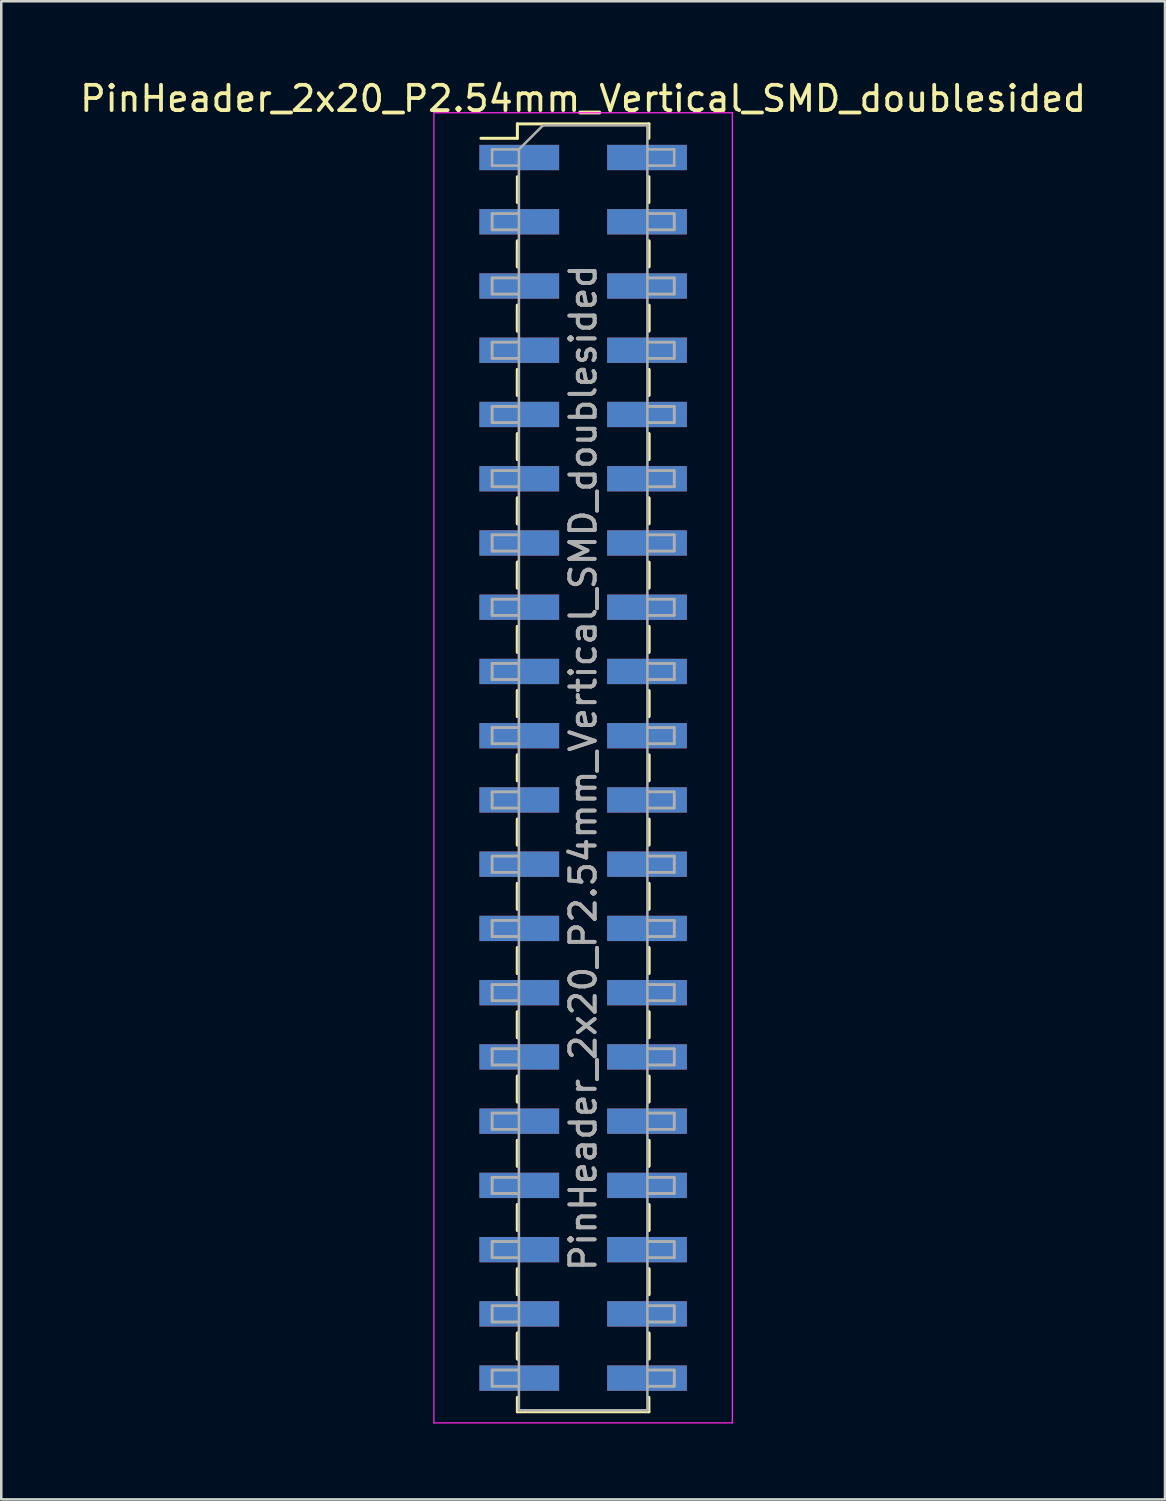
<source format=kicad_pcb>
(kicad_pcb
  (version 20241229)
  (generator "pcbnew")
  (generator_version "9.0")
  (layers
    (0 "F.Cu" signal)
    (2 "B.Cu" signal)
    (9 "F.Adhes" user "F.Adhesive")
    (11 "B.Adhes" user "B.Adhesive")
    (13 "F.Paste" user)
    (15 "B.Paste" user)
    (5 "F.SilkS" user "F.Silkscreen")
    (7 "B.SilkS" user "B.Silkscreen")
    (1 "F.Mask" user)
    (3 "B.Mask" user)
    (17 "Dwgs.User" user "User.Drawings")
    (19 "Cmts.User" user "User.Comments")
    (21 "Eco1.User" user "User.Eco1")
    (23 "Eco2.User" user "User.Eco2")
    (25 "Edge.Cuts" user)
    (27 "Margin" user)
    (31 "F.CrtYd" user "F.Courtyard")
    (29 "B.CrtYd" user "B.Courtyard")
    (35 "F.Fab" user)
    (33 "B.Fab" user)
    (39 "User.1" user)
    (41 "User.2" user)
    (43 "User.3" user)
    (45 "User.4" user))
  (footprint "PinHeader_2x20_P2.54mm_Vertical_SMD_doublesided"
    (layer "F.Cu")
    (at 20.006 27.308)
    (property "Reference" "PinHeader_2x20_P2.54mm_Vertical_SMD_doublesided" (at 0 -26.46 0) (layer "F.SilkS") (effects (font (size 1 1) (thickness 0.15))))
    (attr smd)
    (fp_line (start -4.04 -24.89) (end -2.6 -24.89) (stroke (width 0.12) (type solid)) (layer "F.SilkS"))
    (fp_line (start -2.6 -25.46) (end -2.6 -24.89) (stroke (width 0.12) (type solid)) (layer "F.SilkS"))
    (fp_line (start -2.6 -25.46) (end 2.6 -25.46) (stroke (width 0.12) (type solid)) (layer "F.SilkS"))
    (fp_line (start -2.6 -23.37) (end -2.6 -22.35) (stroke (width 0.12) (type solid)) (layer "F.SilkS"))
    (fp_line (start -2.6 -20.83) (end -2.6 -19.81) (stroke (width 0.12) (type solid)) (layer "F.SilkS"))
    (fp_line (start -2.6 -20.83) (end -2.6 -19.81) (stroke (width 0.12) (type solid)) (layer "F.SilkS"))
    (fp_line (start -2.6 -18.29) (end -2.6 -17.27) (stroke (width 0.12) (type solid)) (layer "F.SilkS"))
    (fp_line (start -2.6 -18.29) (end -2.6 -17.27) (stroke (width 0.12) (type solid)) (layer "F.SilkS"))
    (fp_line (start -2.6 -15.75) (end -2.6 -14.73) (stroke (width 0.12) (type solid)) (layer "F.SilkS"))
    (fp_line (start -2.6 -15.75) (end -2.6 -14.73) (stroke (width 0.12) (type solid)) (layer "F.SilkS"))
    (fp_line (start -2.6 -13.21) (end -2.6 -12.19) (stroke (width 0.12) (type solid)) (layer "F.SilkS"))
    (fp_line (start -2.6 -13.21) (end -2.6 -12.19) (stroke (width 0.12) (type solid)) (layer "F.SilkS"))
    (fp_line (start -2.6 -10.67) (end -2.6 -9.65) (stroke (width 0.12) (type solid)) (layer "F.SilkS"))
    (fp_line (start -2.6 -10.67) (end -2.6 -9.65) (stroke (width 0.12) (type solid)) (layer "F.SilkS"))
    (fp_line (start -2.6 -8.13) (end -2.6 -7.11) (stroke (width 0.12) (type solid)) (layer "F.SilkS"))
    (fp_line (start -2.6 -8.13) (end -2.6 -7.11) (stroke (width 0.12) (type solid)) (layer "F.SilkS"))
    (fp_line (start -2.6 -5.59) (end -2.6 -4.57) (stroke (width 0.12) (type solid)) (layer "F.SilkS"))
    (fp_line (start -2.6 -5.59) (end -2.6 -4.57) (stroke (width 0.12) (type solid)) (layer "F.SilkS"))
    (fp_line (start -2.6 -3.05) (end -2.6 -2.03) (stroke (width 0.12) (type solid)) (layer "F.SilkS"))
    (fp_line (start -2.6 -3.05) (end -2.6 -2.03) (stroke (width 0.12) (type solid)) (layer "F.SilkS"))
    (fp_line (start -2.6 -0.51) (end -2.6 0.51) (stroke (width 0.12) (type solid)) (layer "F.SilkS"))
    (fp_line (start -2.6 -0.51) (end -2.6 0.51) (stroke (width 0.12) (type solid)) (layer "F.SilkS"))
    (fp_line (start -2.6 2.03) (end -2.6 3.05) (stroke (width 0.12) (type solid)) (layer "F.SilkS"))
    (fp_line (start -2.6 2.03) (end -2.6 3.05) (stroke (width 0.12) (type solid)) (layer "F.SilkS"))
    (fp_line (start -2.6 4.57) (end -2.6 5.59) (stroke (width 0.12) (type solid)) (layer "F.SilkS"))
    (fp_line (start -2.6 4.57) (end -2.6 5.59) (stroke (width 0.12) (type solid)) (layer "F.SilkS"))
    (fp_line (start -2.6 7.11) (end -2.6 8.13) (stroke (width 0.12) (type solid)) (layer "F.SilkS"))
    (fp_line (start -2.6 7.11) (end -2.6 8.13) (stroke (width 0.12) (type solid)) (layer "F.SilkS"))
    (fp_line (start -2.6 9.65) (end -2.6 10.67) (stroke (width 0.12) (type solid)) (layer "F.SilkS"))
    (fp_line (start -2.6 9.65) (end -2.6 10.67) (stroke (width 0.12) (type solid)) (layer "F.SilkS"))
    (fp_line (start -2.6 12.19) (end -2.6 13.21) (stroke (width 0.12) (type solid)) (layer "F.SilkS"))
    (fp_line (start -2.6 12.19) (end -2.6 13.21) (stroke (width 0.12) (type solid)) (layer "F.SilkS"))
    (fp_line (start -2.6 14.73) (end -2.6 15.75) (stroke (width 0.12) (type solid)) (layer "F.SilkS"))
    (fp_line (start -2.6 14.73) (end -2.6 15.75) (stroke (width 0.12) (type solid)) (layer "F.SilkS"))
    (fp_line (start -2.6 17.27) (end -2.6 18.29) (stroke (width 0.12) (type solid)) (layer "F.SilkS"))
    (fp_line (start -2.6 17.27) (end -2.6 18.29) (stroke (width 0.12) (type solid)) (layer "F.SilkS"))
    (fp_line (start -2.6 19.81) (end -2.6 20.83) (stroke (width 0.12) (type solid)) (layer "F.SilkS"))
    (fp_line (start -2.6 19.81) (end -2.6 20.83) (stroke (width 0.12) (type solid)) (layer "F.SilkS"))
    (fp_line (start -2.6 22.35) (end -2.6 23.37) (stroke (width 0.12) (type solid)) (layer "F.SilkS"))
    (fp_line (start -2.6 22.35) (end -2.6 23.37) (stroke (width 0.12) (type solid)) (layer "F.SilkS"))
    (fp_line (start -2.6 24.89) (end -2.6 25.46) (stroke (width 0.12) (type solid)) (layer "F.SilkS"))
    (fp_line (start -2.6 25.46) (end 2.6 25.46) (stroke (width 0.12) (type solid)) (layer "F.SilkS"))
    (fp_line (start 2.6 -25.46) (end 2.6 -24.89) (stroke (width 0.12) (type solid)) (layer "F.SilkS"))
    (fp_line (start 2.6 -23.37) (end 2.6 -22.35) (stroke (width 0.12) (type solid)) (layer "F.SilkS"))
    (fp_line (start 2.6 -20.83) (end 2.6 -19.81) (stroke (width 0.12) (type solid)) (layer "F.SilkS"))
    (fp_line (start 2.6 -20.83) (end 2.6 -19.81) (stroke (width 0.12) (type solid)) (layer "F.SilkS"))
    (fp_line (start 2.6 -18.29) (end 2.6 -17.27) (stroke (width 0.12) (type solid)) (layer "F.SilkS"))
    (fp_line (start 2.6 -18.29) (end 2.6 -17.27) (stroke (width 0.12) (type solid)) (layer "F.SilkS"))
    (fp_line (start 2.6 -15.75) (end 2.6 -14.73) (stroke (width 0.12) (type solid)) (layer "F.SilkS"))
    (fp_line (start 2.6 -15.75) (end 2.6 -14.73) (stroke (width 0.12) (type solid)) (layer "F.SilkS"))
    (fp_line (start 2.6 -13.21) (end 2.6 -12.19) (stroke (width 0.12) (type solid)) (layer "F.SilkS"))
    (fp_line (start 2.6 -13.21) (end 2.6 -12.19) (stroke (width 0.12) (type solid)) (layer "F.SilkS"))
    (fp_line (start 2.6 -10.67) (end 2.6 -9.65) (stroke (width 0.12) (type solid)) (layer "F.SilkS"))
    (fp_line (start 2.6 -10.67) (end 2.6 -9.65) (stroke (width 0.12) (type solid)) (layer "F.SilkS"))
    (fp_line (start 2.6 -8.13) (end 2.6 -7.11) (stroke (width 0.12) (type solid)) (layer "F.SilkS"))
    (fp_line (start 2.6 -8.13) (end 2.6 -7.11) (stroke (width 0.12) (type solid)) (layer "F.SilkS"))
    (fp_line (start 2.6 -5.59) (end 2.6 -4.57) (stroke (width 0.12) (type solid)) (layer "F.SilkS"))
    (fp_line (start 2.6 -5.59) (end 2.6 -4.57) (stroke (width 0.12) (type solid)) (layer "F.SilkS"))
    (fp_line (start 2.6 -3.05) (end 2.6 -2.03) (stroke (width 0.12) (type solid)) (layer "F.SilkS"))
    (fp_line (start 2.6 -3.05) (end 2.6 -2.03) (stroke (width 0.12) (type solid)) (layer "F.SilkS"))
    (fp_line (start 2.6 -0.51) (end 2.6 0.51) (stroke (width 0.12) (type solid)) (layer "F.SilkS"))
    (fp_line (start 2.6 -0.51) (end 2.6 0.51) (stroke (width 0.12) (type solid)) (layer "F.SilkS"))
    (fp_line (start 2.6 2.03) (end 2.6 3.05) (stroke (width 0.12) (type solid)) (layer "F.SilkS"))
    (fp_line (start 2.6 2.03) (end 2.6 3.05) (stroke (width 0.12) (type solid)) (layer "F.SilkS"))
    (fp_line (start 2.6 4.57) (end 2.6 5.59) (stroke (width 0.12) (type solid)) (layer "F.SilkS"))
    (fp_line (start 2.6 4.57) (end 2.6 5.59) (stroke (width 0.12) (type solid)) (layer "F.SilkS"))
    (fp_line (start 2.6 7.11) (end 2.6 8.13) (stroke (width 0.12) (type solid)) (layer "F.SilkS"))
    (fp_line (start 2.6 7.11) (end 2.6 8.13) (stroke (width 0.12) (type solid)) (layer "F.SilkS"))
    (fp_line (start 2.6 9.65) (end 2.6 10.67) (stroke (width 0.12) (type solid)) (layer "F.SilkS"))
    (fp_line (start 2.6 9.65) (end 2.6 10.67) (stroke (width 0.12) (type solid)) (layer "F.SilkS"))
    (fp_line (start 2.6 12.19) (end 2.6 13.21) (stroke (width 0.12) (type solid)) (layer "F.SilkS"))
    (fp_line (start 2.6 12.19) (end 2.6 13.21) (stroke (width 0.12) (type solid)) (layer "F.SilkS"))
    (fp_line (start 2.6 14.73) (end 2.6 15.75) (stroke (width 0.12) (type solid)) (layer "F.SilkS"))
    (fp_line (start 2.6 14.73) (end 2.6 15.75) (stroke (width 0.12) (type solid)) (layer "F.SilkS"))
    (fp_line (start 2.6 17.27) (end 2.6 18.29) (stroke (width 0.12) (type solid)) (layer "F.SilkS"))
    (fp_line (start 2.6 17.27) (end 2.6 18.29) (stroke (width 0.12) (type solid)) (layer "F.SilkS"))
    (fp_line (start 2.6 19.81) (end 2.6 20.83) (stroke (width 0.12) (type solid)) (layer "F.SilkS"))
    (fp_line (start 2.6 19.81) (end 2.6 20.83) (stroke (width 0.12) (type solid)) (layer "F.SilkS"))
    (fp_line (start 2.6 22.35) (end 2.6 23.37) (stroke (width 0.12) (type solid)) (layer "F.SilkS"))
    (fp_line (start 2.6 22.35) (end 2.6 23.37) (stroke (width 0.12) (type solid)) (layer "F.SilkS"))
    (fp_line (start 2.6 24.89) (end 2.6 25.46) (stroke (width 0.12) (type solid)) (layer "F.SilkS"))
    (fp_line (start -5.9 -25.9) (end -5.9 25.9) (stroke (width 0.05) (type solid)) (layer "F.CrtYd"))
    (fp_line (start -5.9 25.9) (end 5.9 25.9) (stroke (width 0.05) (type solid)) (layer "F.CrtYd"))
    (fp_line (start 5.9 -25.9) (end -5.9 -25.9) (stroke (width 0.05) (type solid)) (layer "F.CrtYd"))
    (fp_line (start 5.9 25.9) (end 5.9 -25.9) (stroke (width 0.05) (type solid)) (layer "F.CrtYd"))
    (fp_line (start -3.6 -24.45) (end -3.6 -23.81) (stroke (width 0.1) (type solid)) (layer "F.Fab"))
    (fp_line (start -3.6 -23.81) (end -2.54 -23.81) (stroke (width 0.1) (type solid)) (layer "F.Fab"))
    (fp_line (start -3.6 -21.91) (end -3.6 -21.27) (stroke (width 0.1) (type solid)) (layer "F.Fab"))
    (fp_line (start -3.6 -21.91) (end -3.6 -21.27) (stroke (width 0.1) (type solid)) (layer "F.Fab"))
    (fp_line (start -3.6 -21.27) (end -2.54 -21.27) (stroke (width 0.1) (type solid)) (layer "F.Fab"))
    (fp_line (start -3.6 -21.27) (end -2.54 -21.27) (stroke (width 0.1) (type solid)) (layer "F.Fab"))
    (fp_line (start -3.6 -19.37) (end -3.6 -18.73) (stroke (width 0.1) (type solid)) (layer "F.Fab"))
    (fp_line (start -3.6 -19.37) (end -3.6 -18.73) (stroke (width 0.1) (type solid)) (layer "F.Fab"))
    (fp_line (start -3.6 -18.73) (end -2.54 -18.73) (stroke (width 0.1) (type solid)) (layer "F.Fab"))
    (fp_line (start -3.6 -18.73) (end -2.54 -18.73) (stroke (width 0.1) (type solid)) (layer "F.Fab"))
    (fp_line (start -3.6 -16.83) (end -3.6 -16.19) (stroke (width 0.1) (type solid)) (layer "F.Fab"))
    (fp_line (start -3.6 -16.83) (end -3.6 -16.19) (stroke (width 0.1) (type solid)) (layer "F.Fab"))
    (fp_line (start -3.6 -16.19) (end -2.54 -16.19) (stroke (width 0.1) (type solid)) (layer "F.Fab"))
    (fp_line (start -3.6 -16.19) (end -2.54 -16.19) (stroke (width 0.1) (type solid)) (layer "F.Fab"))
    (fp_line (start -3.6 -14.29) (end -3.6 -13.65) (stroke (width 0.1) (type solid)) (layer "F.Fab"))
    (fp_line (start -3.6 -14.29) (end -3.6 -13.65) (stroke (width 0.1) (type solid)) (layer "F.Fab"))
    (fp_line (start -3.6 -13.65) (end -2.54 -13.65) (stroke (width 0.1) (type solid)) (layer "F.Fab"))
    (fp_line (start -3.6 -13.65) (end -2.54 -13.65) (stroke (width 0.1) (type solid)) (layer "F.Fab"))
    (fp_line (start -3.6 -11.75) (end -3.6 -11.11) (stroke (width 0.1) (type solid)) (layer "F.Fab"))
    (fp_line (start -3.6 -11.75) (end -3.6 -11.11) (stroke (width 0.1) (type solid)) (layer "F.Fab"))
    (fp_line (start -3.6 -11.11) (end -2.54 -11.11) (stroke (width 0.1) (type solid)) (layer "F.Fab"))
    (fp_line (start -3.6 -11.11) (end -2.54 -11.11) (stroke (width 0.1) (type solid)) (layer "F.Fab"))
    (fp_line (start -3.6 -9.21) (end -3.6 -8.57) (stroke (width 0.1) (type solid)) (layer "F.Fab"))
    (fp_line (start -3.6 -9.21) (end -3.6 -8.57) (stroke (width 0.1) (type solid)) (layer "F.Fab"))
    (fp_line (start -3.6 -8.57) (end -2.54 -8.57) (stroke (width 0.1) (type solid)) (layer "F.Fab"))
    (fp_line (start -3.6 -8.57) (end -2.54 -8.57) (stroke (width 0.1) (type solid)) (layer "F.Fab"))
    (fp_line (start -3.6 -6.67) (end -3.6 -6.03) (stroke (width 0.1) (type solid)) (layer "F.Fab"))
    (fp_line (start -3.6 -6.67) (end -3.6 -6.03) (stroke (width 0.1) (type solid)) (layer "F.Fab"))
    (fp_line (start -3.6 -6.03) (end -2.54 -6.03) (stroke (width 0.1) (type solid)) (layer "F.Fab"))
    (fp_line (start -3.6 -6.03) (end -2.54 -6.03) (stroke (width 0.1) (type solid)) (layer "F.Fab"))
    (fp_line (start -3.6 -4.13) (end -3.6 -3.49) (stroke (width 0.1) (type solid)) (layer "F.Fab"))
    (fp_line (start -3.6 -4.13) (end -3.6 -3.49) (stroke (width 0.1) (type solid)) (layer "F.Fab"))
    (fp_line (start -3.6 -3.49) (end -2.54 -3.49) (stroke (width 0.1) (type solid)) (layer "F.Fab"))
    (fp_line (start -3.6 -3.49) (end -2.54 -3.49) (stroke (width 0.1) (type solid)) (layer "F.Fab"))
    (fp_line (start -3.6 -1.59) (end -3.6 -0.95) (stroke (width 0.1) (type solid)) (layer "F.Fab"))
    (fp_line (start -3.6 -1.59) (end -3.6 -0.95) (stroke (width 0.1) (type solid)) (layer "F.Fab"))
    (fp_line (start -3.6 -0.95) (end -2.54 -0.95) (stroke (width 0.1) (type solid)) (layer "F.Fab"))
    (fp_line (start -3.6 -0.95) (end -2.54 -0.95) (stroke (width 0.1) (type solid)) (layer "F.Fab"))
    (fp_line (start -3.6 0.95) (end -3.6 1.59) (stroke (width 0.1) (type solid)) (layer "F.Fab"))
    (fp_line (start -3.6 0.95) (end -3.6 1.59) (stroke (width 0.1) (type solid)) (layer "F.Fab"))
    (fp_line (start -3.6 1.59) (end -2.54 1.59) (stroke (width 0.1) (type solid)) (layer "F.Fab"))
    (fp_line (start -3.6 1.59) (end -2.54 1.59) (stroke (width 0.1) (type solid)) (layer "F.Fab"))
    (fp_line (start -3.6 3.49) (end -3.6 4.13) (stroke (width 0.1) (type solid)) (layer "F.Fab"))
    (fp_line (start -3.6 3.49) (end -3.6 4.13) (stroke (width 0.1) (type solid)) (layer "F.Fab"))
    (fp_line (start -3.6 4.13) (end -2.54 4.13) (stroke (width 0.1) (type solid)) (layer "F.Fab"))
    (fp_line (start -3.6 4.13) (end -2.54 4.13) (stroke (width 0.1) (type solid)) (layer "F.Fab"))
    (fp_line (start -3.6 6.03) (end -3.6 6.67) (stroke (width 0.1) (type solid)) (layer "F.Fab"))
    (fp_line (start -3.6 6.03) (end -3.6 6.67) (stroke (width 0.1) (type solid)) (layer "F.Fab"))
    (fp_line (start -3.6 6.67) (end -2.54 6.67) (stroke (width 0.1) (type solid)) (layer "F.Fab"))
    (fp_line (start -3.6 6.67) (end -2.54 6.67) (stroke (width 0.1) (type solid)) (layer "F.Fab"))
    (fp_line (start -3.6 8.57) (end -3.6 9.21) (stroke (width 0.1) (type solid)) (layer "F.Fab"))
    (fp_line (start -3.6 8.57) (end -3.6 9.21) (stroke (width 0.1) (type solid)) (layer "F.Fab"))
    (fp_line (start -3.6 9.21) (end -2.54 9.21) (stroke (width 0.1) (type solid)) (layer "F.Fab"))
    (fp_line (start -3.6 9.21) (end -2.54 9.21) (stroke (width 0.1) (type solid)) (layer "F.Fab"))
    (fp_line (start -3.6 11.11) (end -3.6 11.75) (stroke (width 0.1) (type solid)) (layer "F.Fab"))
    (fp_line (start -3.6 11.11) (end -3.6 11.75) (stroke (width 0.1) (type solid)) (layer "F.Fab"))
    (fp_line (start -3.6 11.75) (end -2.54 11.75) (stroke (width 0.1) (type solid)) (layer "F.Fab"))
    (fp_line (start -3.6 11.75) (end -2.54 11.75) (stroke (width 0.1) (type solid)) (layer "F.Fab"))
    (fp_line (start -3.6 13.65) (end -3.6 14.29) (stroke (width 0.1) (type solid)) (layer "F.Fab"))
    (fp_line (start -3.6 13.65) (end -3.6 14.29) (stroke (width 0.1) (type solid)) (layer "F.Fab"))
    (fp_line (start -3.6 14.29) (end -2.54 14.29) (stroke (width 0.1) (type solid)) (layer "F.Fab"))
    (fp_line (start -3.6 14.29) (end -2.54 14.29) (stroke (width 0.1) (type solid)) (layer "F.Fab"))
    (fp_line (start -3.6 16.19) (end -3.6 16.83) (stroke (width 0.1) (type solid)) (layer "F.Fab"))
    (fp_line (start -3.6 16.19) (end -3.6 16.83) (stroke (width 0.1) (type solid)) (layer "F.Fab"))
    (fp_line (start -3.6 16.83) (end -2.54 16.83) (stroke (width 0.1) (type solid)) (layer "F.Fab"))
    (fp_line (start -3.6 16.83) (end -2.54 16.83) (stroke (width 0.1) (type solid)) (layer "F.Fab"))
    (fp_line (start -3.6 18.73) (end -3.6 19.37) (stroke (width 0.1) (type solid)) (layer "F.Fab"))
    (fp_line (start -3.6 18.73) (end -3.6 19.37) (stroke (width 0.1) (type solid)) (layer "F.Fab"))
    (fp_line (start -3.6 19.37) (end -2.54 19.37) (stroke (width 0.1) (type solid)) (layer "F.Fab"))
    (fp_line (start -3.6 19.37) (end -2.54 19.37) (stroke (width 0.1) (type solid)) (layer "F.Fab"))
    (fp_line (start -3.6 21.27) (end -3.6 21.91) (stroke (width 0.1) (type solid)) (layer "F.Fab"))
    (fp_line (start -3.6 21.27) (end -3.6 21.91) (stroke (width 0.1) (type solid)) (layer "F.Fab"))
    (fp_line (start -3.6 21.91) (end -2.54 21.91) (stroke (width 0.1) (type solid)) (layer "F.Fab"))
    (fp_line (start -3.6 21.91) (end -2.54 21.91) (stroke (width 0.1) (type solid)) (layer "F.Fab"))
    (fp_line (start -3.6 23.81) (end -3.6 24.45) (stroke (width 0.1) (type solid)) (layer "F.Fab"))
    (fp_line (start -3.6 23.81) (end -3.6 24.45) (stroke (width 0.1) (type solid)) (layer "F.Fab"))
    (fp_line (start -3.6 24.45) (end -2.54 24.45) (stroke (width 0.1) (type solid)) (layer "F.Fab"))
    (fp_line (start -3.6 24.45) (end -2.54 24.45) (stroke (width 0.1) (type solid)) (layer "F.Fab"))
    (fp_line (start -2.54 -24.45) (end -3.6 -24.45) (stroke (width 0.1) (type solid)) (layer "F.Fab"))
    (fp_line (start -2.54 -24.45) (end -1.59 -25.4) (stroke (width 0.1) (type solid)) (layer "F.Fab"))
    (fp_line (start -2.54 -21.91) (end -3.6 -21.91) (stroke (width 0.1) (type solid)) (layer "F.Fab"))
    (fp_line (start -2.54 -21.91) (end -3.6 -21.91) (stroke (width 0.1) (type solid)) (layer "F.Fab"))
    (fp_line (start -2.54 -19.37) (end -3.6 -19.37) (stroke (width 0.1) (type solid)) (layer "F.Fab"))
    (fp_line (start -2.54 -19.37) (end -3.6 -19.37) (stroke (width 0.1) (type solid)) (layer "F.Fab"))
    (fp_line (start -2.54 -16.83) (end -3.6 -16.83) (stroke (width 0.1) (type solid)) (layer "F.Fab"))
    (fp_line (start -2.54 -16.83) (end -3.6 -16.83) (stroke (width 0.1) (type solid)) (layer "F.Fab"))
    (fp_line (start -2.54 -14.29) (end -3.6 -14.29) (stroke (width 0.1) (type solid)) (layer "F.Fab"))
    (fp_line (start -2.54 -14.29) (end -3.6 -14.29) (stroke (width 0.1) (type solid)) (layer "F.Fab"))
    (fp_line (start -2.54 -11.75) (end -3.6 -11.75) (stroke (width 0.1) (type solid)) (layer "F.Fab"))
    (fp_line (start -2.54 -11.75) (end -3.6 -11.75) (stroke (width 0.1) (type solid)) (layer "F.Fab"))
    (fp_line (start -2.54 -9.21) (end -3.6 -9.21) (stroke (width 0.1) (type solid)) (layer "F.Fab"))
    (fp_line (start -2.54 -9.21) (end -3.6 -9.21) (stroke (width 0.1) (type solid)) (layer "F.Fab"))
    (fp_line (start -2.54 -6.67) (end -3.6 -6.67) (stroke (width 0.1) (type solid)) (layer "F.Fab"))
    (fp_line (start -2.54 -6.67) (end -3.6 -6.67) (stroke (width 0.1) (type solid)) (layer "F.Fab"))
    (fp_line (start -2.54 -4.13) (end -3.6 -4.13) (stroke (width 0.1) (type solid)) (layer "F.Fab"))
    (fp_line (start -2.54 -4.13) (end -3.6 -4.13) (stroke (width 0.1) (type solid)) (layer "F.Fab"))
    (fp_line (start -2.54 -1.59) (end -3.6 -1.59) (stroke (width 0.1) (type solid)) (layer "F.Fab"))
    (fp_line (start -2.54 -1.59) (end -3.6 -1.59) (stroke (width 0.1) (type solid)) (layer "F.Fab"))
    (fp_line (start -2.54 0.95) (end -3.6 0.95) (stroke (width 0.1) (type solid)) (layer "F.Fab"))
    (fp_line (start -2.54 0.95) (end -3.6 0.95) (stroke (width 0.1) (type solid)) (layer "F.Fab"))
    (fp_line (start -2.54 3.49) (end -3.6 3.49) (stroke (width 0.1) (type solid)) (layer "F.Fab"))
    (fp_line (start -2.54 3.49) (end -3.6 3.49) (stroke (width 0.1) (type solid)) (layer "F.Fab"))
    (fp_line (start -2.54 6.03) (end -3.6 6.03) (stroke (width 0.1) (type solid)) (layer "F.Fab"))
    (fp_line (start -2.54 6.03) (end -3.6 6.03) (stroke (width 0.1) (type solid)) (layer "F.Fab"))
    (fp_line (start -2.54 8.57) (end -3.6 8.57) (stroke (width 0.1) (type solid)) (layer "F.Fab"))
    (fp_line (start -2.54 8.57) (end -3.6 8.57) (stroke (width 0.1) (type solid)) (layer "F.Fab"))
    (fp_line (start -2.54 11.11) (end -3.6 11.11) (stroke (width 0.1) (type solid)) (layer "F.Fab"))
    (fp_line (start -2.54 11.11) (end -3.6 11.11) (stroke (width 0.1) (type solid)) (layer "F.Fab"))
    (fp_line (start -2.54 13.65) (end -3.6 13.65) (stroke (width 0.1) (type solid)) (layer "F.Fab"))
    (fp_line (start -2.54 13.65) (end -3.6 13.65) (stroke (width 0.1) (type solid)) (layer "F.Fab"))
    (fp_line (start -2.54 16.19) (end -3.6 16.19) (stroke (width 0.1) (type solid)) (layer "F.Fab"))
    (fp_line (start -2.54 16.19) (end -3.6 16.19) (stroke (width 0.1) (type solid)) (layer "F.Fab"))
    (fp_line (start -2.54 18.73) (end -3.6 18.73) (stroke (width 0.1) (type solid)) (layer "F.Fab"))
    (fp_line (start -2.54 18.73) (end -3.6 18.73) (stroke (width 0.1) (type solid)) (layer "F.Fab"))
    (fp_line (start -2.54 21.27) (end -3.6 21.27) (stroke (width 0.1) (type solid)) (layer "F.Fab"))
    (fp_line (start -2.54 21.27) (end -3.6 21.27) (stroke (width 0.1) (type solid)) (layer "F.Fab"))
    (fp_line (start -2.54 23.81) (end -3.6 23.81) (stroke (width 0.1) (type solid)) (layer "F.Fab"))
    (fp_line (start -2.54 23.81) (end -3.6 23.81) (stroke (width 0.1) (type solid)) (layer "F.Fab"))
    (fp_line (start -2.54 25.4) (end -2.54 -24.45) (stroke (width 0.1) (type solid)) (layer "F.Fab"))
    (fp_line (start -1.59 -25.4) (end 2.54 -25.4) (stroke (width 0.1) (type solid)) (layer "F.Fab"))
    (fp_line (start 2.54 -25.4) (end 2.54 25.4) (stroke (width 0.1) (type solid)) (layer "F.Fab"))
    (fp_line (start 2.54 -24.45) (end 3.6 -24.45) (stroke (width 0.1) (type solid)) (layer "F.Fab"))
    (fp_line (start 2.54 -21.91) (end 3.6 -21.91) (stroke (width 0.1) (type solid)) (layer "F.Fab"))
    (fp_line (start 2.54 -21.91) (end 3.6 -21.91) (stroke (width 0.1) (type solid)) (layer "F.Fab"))
    (fp_line (start 2.54 -19.37) (end 3.6 -19.37) (stroke (width 0.1) (type solid)) (layer "F.Fab"))
    (fp_line (start 2.54 -19.37) (end 3.6 -19.37) (stroke (width 0.1) (type solid)) (layer "F.Fab"))
    (fp_line (start 2.54 -16.83) (end 3.6 -16.83) (stroke (width 0.1) (type solid)) (layer "F.Fab"))
    (fp_line (start 2.54 -16.83) (end 3.6 -16.83) (stroke (width 0.1) (type solid)) (layer "F.Fab"))
    (fp_line (start 2.54 -14.29) (end 3.6 -14.29) (stroke (width 0.1) (type solid)) (layer "F.Fab"))
    (fp_line (start 2.54 -14.29) (end 3.6 -14.29) (stroke (width 0.1) (type solid)) (layer "F.Fab"))
    (fp_line (start 2.54 -11.75) (end 3.6 -11.75) (stroke (width 0.1) (type solid)) (layer "F.Fab"))
    (fp_line (start 2.54 -11.75) (end 3.6 -11.75) (stroke (width 0.1) (type solid)) (layer "F.Fab"))
    (fp_line (start 2.54 -9.21) (end 3.6 -9.21) (stroke (width 0.1) (type solid)) (layer "F.Fab"))
    (fp_line (start 2.54 -9.21) (end 3.6 -9.21) (stroke (width 0.1) (type solid)) (layer "F.Fab"))
    (fp_line (start 2.54 -6.67) (end 3.6 -6.67) (stroke (width 0.1) (type solid)) (layer "F.Fab"))
    (fp_line (start 2.54 -6.67) (end 3.6 -6.67) (stroke (width 0.1) (type solid)) (layer "F.Fab"))
    (fp_line (start 2.54 -4.13) (end 3.6 -4.13) (stroke (width 0.1) (type solid)) (layer "F.Fab"))
    (fp_line (start 2.54 -4.13) (end 3.6 -4.13) (stroke (width 0.1) (type solid)) (layer "F.Fab"))
    (fp_line (start 2.54 -1.59) (end 3.6 -1.59) (stroke (width 0.1) (type solid)) (layer "F.Fab"))
    (fp_line (start 2.54 -1.59) (end 3.6 -1.59) (stroke (width 0.1) (type solid)) (layer "F.Fab"))
    (fp_line (start 2.54 0.95) (end 3.6 0.95) (stroke (width 0.1) (type solid)) (layer "F.Fab"))
    (fp_line (start 2.54 0.95) (end 3.6 0.95) (stroke (width 0.1) (type solid)) (layer "F.Fab"))
    (fp_line (start 2.54 3.49) (end 3.6 3.49) (stroke (width 0.1) (type solid)) (layer "F.Fab"))
    (fp_line (start 2.54 3.49) (end 3.6 3.49) (stroke (width 0.1) (type solid)) (layer "F.Fab"))
    (fp_line (start 2.54 6.03) (end 3.6 6.03) (stroke (width 0.1) (type solid)) (layer "F.Fab"))
    (fp_line (start 2.54 6.03) (end 3.6 6.03) (stroke (width 0.1) (type solid)) (layer "F.Fab"))
    (fp_line (start 2.54 8.57) (end 3.6 8.57) (stroke (width 0.1) (type solid)) (layer "F.Fab"))
    (fp_line (start 2.54 8.57) (end 3.6 8.57) (stroke (width 0.1) (type solid)) (layer "F.Fab"))
    (fp_line (start 2.54 11.11) (end 3.6 11.11) (stroke (width 0.1) (type solid)) (layer "F.Fab"))
    (fp_line (start 2.54 11.11) (end 3.6 11.11) (stroke (width 0.1) (type solid)) (layer "F.Fab"))
    (fp_line (start 2.54 13.65) (end 3.6 13.65) (stroke (width 0.1) (type solid)) (layer "F.Fab"))
    (fp_line (start 2.54 13.65) (end 3.6 13.65) (stroke (width 0.1) (type solid)) (layer "F.Fab"))
    (fp_line (start 2.54 16.19) (end 3.6 16.19) (stroke (width 0.1) (type solid)) (layer "F.Fab"))
    (fp_line (start 2.54 16.19) (end 3.6 16.19) (stroke (width 0.1) (type solid)) (layer "F.Fab"))
    (fp_line (start 2.54 18.73) (end 3.6 18.73) (stroke (width 0.1) (type solid)) (layer "F.Fab"))
    (fp_line (start 2.54 18.73) (end 3.6 18.73) (stroke (width 0.1) (type solid)) (layer "F.Fab"))
    (fp_line (start 2.54 21.27) (end 3.6 21.27) (stroke (width 0.1) (type solid)) (layer "F.Fab"))
    (fp_line (start 2.54 21.27) (end 3.6 21.27) (stroke (width 0.1) (type solid)) (layer "F.Fab"))
    (fp_line (start 2.54 23.81) (end 3.6 23.81) (stroke (width 0.1) (type solid)) (layer "F.Fab"))
    (fp_line (start 2.54 23.81) (end 3.6 23.81) (stroke (width 0.1) (type solid)) (layer "F.Fab"))
    (fp_line (start 2.54 25.4) (end -2.54 25.4) (stroke (width 0.1) (type solid)) (layer "F.Fab"))
    (fp_line (start 3.6 -24.45) (end 3.6 -23.81) (stroke (width 0.1) (type solid)) (layer "F.Fab"))
    (fp_line (start 3.6 -23.81) (end 2.54 -23.81) (stroke (width 0.1) (type solid)) (layer "F.Fab"))
    (fp_line (start 3.6 -21.91) (end 3.6 -21.27) (stroke (width 0.1) (type solid)) (layer "F.Fab"))
    (fp_line (start 3.6 -21.91) (end 3.6 -21.27) (stroke (width 0.1) (type solid)) (layer "F.Fab"))
    (fp_line (start 3.6 -21.27) (end 2.54 -21.27) (stroke (width 0.1) (type solid)) (layer "F.Fab"))
    (fp_line (start 3.6 -21.27) (end 2.54 -21.27) (stroke (width 0.1) (type solid)) (layer "F.Fab"))
    (fp_line (start 3.6 -19.37) (end 3.6 -18.73) (stroke (width 0.1) (type solid)) (layer "F.Fab"))
    (fp_line (start 3.6 -19.37) (end 3.6 -18.73) (stroke (width 0.1) (type solid)) (layer "F.Fab"))
    (fp_line (start 3.6 -18.73) (end 2.54 -18.73) (stroke (width 0.1) (type solid)) (layer "F.Fab"))
    (fp_line (start 3.6 -18.73) (end 2.54 -18.73) (stroke (width 0.1) (type solid)) (layer "F.Fab"))
    (fp_line (start 3.6 -16.83) (end 3.6 -16.19) (stroke (width 0.1) (type solid)) (layer "F.Fab"))
    (fp_line (start 3.6 -16.83) (end 3.6 -16.19) (stroke (width 0.1) (type solid)) (layer "F.Fab"))
    (fp_line (start 3.6 -16.19) (end 2.54 -16.19) (stroke (width 0.1) (type solid)) (layer "F.Fab"))
    (fp_line (start 3.6 -16.19) (end 2.54 -16.19) (stroke (width 0.1) (type solid)) (layer "F.Fab"))
    (fp_line (start 3.6 -14.29) (end 3.6 -13.65) (stroke (width 0.1) (type solid)) (layer "F.Fab"))
    (fp_line (start 3.6 -14.29) (end 3.6 -13.65) (stroke (width 0.1) (type solid)) (layer "F.Fab"))
    (fp_line (start 3.6 -13.65) (end 2.54 -13.65) (stroke (width 0.1) (type solid)) (layer "F.Fab"))
    (fp_line (start 3.6 -13.65) (end 2.54 -13.65) (stroke (width 0.1) (type solid)) (layer "F.Fab"))
    (fp_line (start 3.6 -11.75) (end 3.6 -11.11) (stroke (width 0.1) (type solid)) (layer "F.Fab"))
    (fp_line (start 3.6 -11.75) (end 3.6 -11.11) (stroke (width 0.1) (type solid)) (layer "F.Fab"))
    (fp_line (start 3.6 -11.11) (end 2.54 -11.11) (stroke (width 0.1) (type solid)) (layer "F.Fab"))
    (fp_line (start 3.6 -11.11) (end 2.54 -11.11) (stroke (width 0.1) (type solid)) (layer "F.Fab"))
    (fp_line (start 3.6 -9.21) (end 3.6 -8.57) (stroke (width 0.1) (type solid)) (layer "F.Fab"))
    (fp_line (start 3.6 -9.21) (end 3.6 -8.57) (stroke (width 0.1) (type solid)) (layer "F.Fab"))
    (fp_line (start 3.6 -8.57) (end 2.54 -8.57) (stroke (width 0.1) (type solid)) (layer "F.Fab"))
    (fp_line (start 3.6 -8.57) (end 2.54 -8.57) (stroke (width 0.1) (type solid)) (layer "F.Fab"))
    (fp_line (start 3.6 -6.67) (end 3.6 -6.03) (stroke (width 0.1) (type solid)) (layer "F.Fab"))
    (fp_line (start 3.6 -6.67) (end 3.6 -6.03) (stroke (width 0.1) (type solid)) (layer "F.Fab"))
    (fp_line (start 3.6 -6.03) (end 2.54 -6.03) (stroke (width 0.1) (type solid)) (layer "F.Fab"))
    (fp_line (start 3.6 -6.03) (end 2.54 -6.03) (stroke (width 0.1) (type solid)) (layer "F.Fab"))
    (fp_line (start 3.6 -4.13) (end 3.6 -3.49) (stroke (width 0.1) (type solid)) (layer "F.Fab"))
    (fp_line (start 3.6 -4.13) (end 3.6 -3.49) (stroke (width 0.1) (type solid)) (layer "F.Fab"))
    (fp_line (start 3.6 -3.49) (end 2.54 -3.49) (stroke (width 0.1) (type solid)) (layer "F.Fab"))
    (fp_line (start 3.6 -3.49) (end 2.54 -3.49) (stroke (width 0.1) (type solid)) (layer "F.Fab"))
    (fp_line (start 3.6 -1.59) (end 3.6 -0.95) (stroke (width 0.1) (type solid)) (layer "F.Fab"))
    (fp_line (start 3.6 -1.59) (end 3.6 -0.95) (stroke (width 0.1) (type solid)) (layer "F.Fab"))
    (fp_line (start 3.6 -0.95) (end 2.54 -0.95) (stroke (width 0.1) (type solid)) (layer "F.Fab"))
    (fp_line (start 3.6 -0.95) (end 2.54 -0.95) (stroke (width 0.1) (type solid)) (layer "F.Fab"))
    (fp_line (start 3.6 0.95) (end 3.6 1.59) (stroke (width 0.1) (type solid)) (layer "F.Fab"))
    (fp_line (start 3.6 0.95) (end 3.6 1.59) (stroke (width 0.1) (type solid)) (layer "F.Fab"))
    (fp_line (start 3.6 1.59) (end 2.54 1.59) (stroke (width 0.1) (type solid)) (layer "F.Fab"))
    (fp_line (start 3.6 1.59) (end 2.54 1.59) (stroke (width 0.1) (type solid)) (layer "F.Fab"))
    (fp_line (start 3.6 3.49) (end 3.6 4.13) (stroke (width 0.1) (type solid)) (layer "F.Fab"))
    (fp_line (start 3.6 3.49) (end 3.6 4.13) (stroke (width 0.1) (type solid)) (layer "F.Fab"))
    (fp_line (start 3.6 4.13) (end 2.54 4.13) (stroke (width 0.1) (type solid)) (layer "F.Fab"))
    (fp_line (start 3.6 4.13) (end 2.54 4.13) (stroke (width 0.1) (type solid)) (layer "F.Fab"))
    (fp_line (start 3.6 6.03) (end 3.6 6.67) (stroke (width 0.1) (type solid)) (layer "F.Fab"))
    (fp_line (start 3.6 6.03) (end 3.6 6.67) (stroke (width 0.1) (type solid)) (layer "F.Fab"))
    (fp_line (start 3.6 6.67) (end 2.54 6.67) (stroke (width 0.1) (type solid)) (layer "F.Fab"))
    (fp_line (start 3.6 6.67) (end 2.54 6.67) (stroke (width 0.1) (type solid)) (layer "F.Fab"))
    (fp_line (start 3.6 8.57) (end 3.6 9.21) (stroke (width 0.1) (type solid)) (layer "F.Fab"))
    (fp_line (start 3.6 8.57) (end 3.6 9.21) (stroke (width 0.1) (type solid)) (layer "F.Fab"))
    (fp_line (start 3.6 9.21) (end 2.54 9.21) (stroke (width 0.1) (type solid)) (layer "F.Fab"))
    (fp_line (start 3.6 9.21) (end 2.54 9.21) (stroke (width 0.1) (type solid)) (layer "F.Fab"))
    (fp_line (start 3.6 11.11) (end 3.6 11.75) (stroke (width 0.1) (type solid)) (layer "F.Fab"))
    (fp_line (start 3.6 11.11) (end 3.6 11.75) (stroke (width 0.1) (type solid)) (layer "F.Fab"))
    (fp_line (start 3.6 11.75) (end 2.54 11.75) (stroke (width 0.1) (type solid)) (layer "F.Fab"))
    (fp_line (start 3.6 11.75) (end 2.54 11.75) (stroke (width 0.1) (type solid)) (layer "F.Fab"))
    (fp_line (start 3.6 13.65) (end 3.6 14.29) (stroke (width 0.1) (type solid)) (layer "F.Fab"))
    (fp_line (start 3.6 13.65) (end 3.6 14.29) (stroke (width 0.1) (type solid)) (layer "F.Fab"))
    (fp_line (start 3.6 14.29) (end 2.54 14.29) (stroke (width 0.1) (type solid)) (layer "F.Fab"))
    (fp_line (start 3.6 14.29) (end 2.54 14.29) (stroke (width 0.1) (type solid)) (layer "F.Fab"))
    (fp_line (start 3.6 16.19) (end 3.6 16.83) (stroke (width 0.1) (type solid)) (layer "F.Fab"))
    (fp_line (start 3.6 16.19) (end 3.6 16.83) (stroke (width 0.1) (type solid)) (layer "F.Fab"))
    (fp_line (start 3.6 16.83) (end 2.54 16.83) (stroke (width 0.1) (type solid)) (layer "F.Fab"))
    (fp_line (start 3.6 16.83) (end 2.54 16.83) (stroke (width 0.1) (type solid)) (layer "F.Fab"))
    (fp_line (start 3.6 18.73) (end 3.6 19.37) (stroke (width 0.1) (type solid)) (layer "F.Fab"))
    (fp_line (start 3.6 18.73) (end 3.6 19.37) (stroke (width 0.1) (type solid)) (layer "F.Fab"))
    (fp_line (start 3.6 19.37) (end 2.54 19.37) (stroke (width 0.1) (type solid)) (layer "F.Fab"))
    (fp_line (start 3.6 19.37) (end 2.54 19.37) (stroke (width 0.1) (type solid)) (layer "F.Fab"))
    (fp_line (start 3.6 21.27) (end 3.6 21.91) (stroke (width 0.1) (type solid)) (layer "F.Fab"))
    (fp_line (start 3.6 21.27) (end 3.6 21.91) (stroke (width 0.1) (type solid)) (layer "F.Fab"))
    (fp_line (start 3.6 21.91) (end 2.54 21.91) (stroke (width 0.1) (type solid)) (layer "F.Fab"))
    (fp_line (start 3.6 21.91) (end 2.54 21.91) (stroke (width 0.1) (type solid)) (layer "F.Fab"))
    (fp_line (start 3.6 23.81) (end 3.6 24.45) (stroke (width 0.1) (type solid)) (layer "F.Fab"))
    (fp_line (start 3.6 23.81) (end 3.6 24.45) (stroke (width 0.1) (type solid)) (layer "F.Fab"))
    (fp_line (start 3.6 24.45) (end 2.54 24.45) (stroke (width 0.1) (type solid)) (layer "F.Fab"))
    (fp_line (start 3.6 24.45) (end 2.54 24.45) (stroke (width 0.1) (type solid)) (layer "F.Fab"))
    (fp_text user "${REFERENCE}" (at 0 0 270) (layer "F.Fab") (effects (font (size 1 1) (thickness 0.15))))
    (fp_text user "${REFERENCE}" (at 0 0 270) (layer "F.Fab") (effects (font (size 1 1) (thickness 0.15))))
    (pad "1" smd rect (at -2.525 -24.13) (size 3.15 1) (layers "F.Cu" "F.Mask" "F.Paste"))
    (pad "1" smd rect (at -2.525 -24.13) (size 3.15 1) (layers "B.Cu" "B.Mask" "B.Paste"))
    (pad "2" smd rect (at 2.525 -24.13) (size 3.15 1) (layers "F.Cu" "F.Mask" "F.Paste"))
    (pad "2" smd rect (at 2.525 -24.13 180) (size 3.15 1) (layers "B.Cu" "B.Mask" "B.Paste"))
    (pad "3" smd rect (at -2.525 -21.59) (size 3.15 1) (layers "F.Cu" "F.Mask" "F.Paste"))
    (pad "3" smd rect (at -2.525 -21.59 180) (size 3.15 1) (layers "B.Cu" "B.Mask" "B.Paste"))
    (pad "4" smd rect (at 2.525 -21.59) (size 3.15 1) (layers "F.Cu" "F.Mask" "F.Paste"))
    (pad "4" smd rect (at 2.525 -21.59 180) (size 3.15 1) (layers "B.Cu" "B.Mask" "B.Paste"))
    (pad "5" smd rect (at -2.525 -19.05) (size 3.15 1) (layers "F.Cu" "F.Mask" "F.Paste"))
    (pad "5" smd rect (at -2.525 -19.05 180) (size 3.15 1) (layers "B.Cu" "B.Mask" "B.Paste"))
    (pad "6" smd rect (at 2.525 -19.05) (size 3.15 1) (layers "F.Cu" "F.Mask" "F.Paste"))
    (pad "6" smd rect (at 2.525 -19.05 180) (size 3.15 1) (layers "B.Cu" "B.Mask" "B.Paste"))
    (pad "7" smd rect (at -2.525 -16.51) (size 3.15 1) (layers "F.Cu" "F.Mask" "F.Paste"))
    (pad "7" smd rect (at -2.525 -16.51 180) (size 3.15 1) (layers "B.Cu" "B.Mask" "B.Paste"))
    (pad "8" smd rect (at 2.525 -16.51) (size 3.15 1) (layers "F.Cu" "F.Mask" "F.Paste"))
    (pad "8" smd rect (at 2.525 -16.51 180) (size 3.15 1) (layers "B.Cu" "B.Mask" "B.Paste"))
    (pad "9" smd rect (at -2.525 -13.97) (size 3.15 1) (layers "F.Cu" "F.Mask" "F.Paste"))
    (pad "9" smd rect (at -2.525 -13.97 180) (size 3.15 1) (layers "B.Cu" "B.Mask" "B.Paste"))
    (pad "10" smd rect (at 2.525 -13.97) (size 3.15 1) (layers "F.Cu" "F.Mask" "F.Paste"))
    (pad "10" smd rect (at 2.525 -13.97 180) (size 3.15 1) (layers "B.Cu" "B.Mask" "B.Paste"))
    (pad "11" smd rect (at -2.525 -11.43) (size 3.15 1) (layers "F.Cu" "F.Mask" "F.Paste"))
    (pad "11" smd rect (at -2.525 -11.43 180) (size 3.15 1) (layers "B.Cu" "B.Mask" "B.Paste"))
    (pad "12" smd rect (at 2.525 -11.43) (size 3.15 1) (layers "F.Cu" "F.Mask" "F.Paste"))
    (pad "12" smd rect (at 2.525 -11.43 180) (size 3.15 1) (layers "B.Cu" "B.Mask" "B.Paste"))
    (pad "13" smd rect (at -2.525 -8.89) (size 3.15 1) (layers "F.Cu" "F.Mask" "F.Paste"))
    (pad "13" smd rect (at -2.525 -8.89 180) (size 3.15 1) (layers "B.Cu" "B.Mask" "B.Paste"))
    (pad "14" smd rect (at 2.525 -8.89) (size 3.15 1) (layers "F.Cu" "F.Mask" "F.Paste"))
    (pad "14" smd rect (at 2.525 -8.89 180) (size 3.15 1) (layers "B.Cu" "B.Mask" "B.Paste"))
    (pad "15" smd rect (at -2.525 -6.35) (size 3.15 1) (layers "F.Cu" "F.Mask" "F.Paste"))
    (pad "15" smd rect (at -2.525 -6.35 180) (size 3.15 1) (layers "B.Cu" "B.Mask" "B.Paste"))
    (pad "16" smd rect (at 2.525 -6.35) (size 3.15 1) (layers "F.Cu" "F.Mask" "F.Paste"))
    (pad "16" smd rect (at 2.525 -6.35 180) (size 3.15 1) (layers "B.Cu" "B.Mask" "B.Paste"))
    (pad "17" smd rect (at -2.525 -3.81) (size 3.15 1) (layers "F.Cu" "F.Mask" "F.Paste"))
    (pad "17" smd rect (at -2.525 -3.81 180) (size 3.15 1) (layers "B.Cu" "B.Mask" "B.Paste"))
    (pad "18" smd rect (at 2.525 -3.81) (size 3.15 1) (layers "F.Cu" "F.Mask" "F.Paste"))
    (pad "18" smd rect (at 2.525 -3.81 180) (size 3.15 1) (layers "B.Cu" "B.Mask" "B.Paste"))
    (pad "19" smd rect (at -2.525 -1.27) (size 3.15 1) (layers "F.Cu" "F.Mask" "F.Paste"))
    (pad "19" smd rect (at -2.525 -1.27 180) (size 3.15 1) (layers "B.Cu" "B.Mask" "B.Paste"))
    (pad "20" smd rect (at 2.525 -1.27) (size 3.15 1) (layers "F.Cu" "F.Mask" "F.Paste"))
    (pad "20" smd rect (at 2.525 -1.27 180) (size 3.15 1) (layers "B.Cu" "B.Mask" "B.Paste"))
    (pad "21" smd rect (at -2.525 1.27) (size 3.15 1) (layers "F.Cu" "F.Mask" "F.Paste"))
    (pad "21" smd rect (at -2.525 1.27 180) (size 3.15 1) (layers "B.Cu" "B.Mask" "B.Paste"))
    (pad "22" smd rect (at 2.525 1.27) (size 3.15 1) (layers "F.Cu" "F.Mask" "F.Paste"))
    (pad "22" smd rect (at 2.525 1.27 180) (size 3.15 1) (layers "B.Cu" "B.Mask" "B.Paste"))
    (pad "23" smd rect (at -2.525 3.81) (size 3.15 1) (layers "F.Cu" "F.Mask" "F.Paste"))
    (pad "23" smd rect (at -2.525 3.81 180) (size 3.15 1) (layers "B.Cu" "B.Mask" "B.Paste"))
    (pad "24" smd rect (at 2.525 3.81) (size 3.15 1) (layers "F.Cu" "F.Mask" "F.Paste"))
    (pad "24" smd rect (at 2.525 3.81 180) (size 3.15 1) (layers "B.Cu" "B.Mask" "B.Paste"))
    (pad "25" smd rect (at -2.525 6.35) (size 3.15 1) (layers "F.Cu" "F.Mask" "F.Paste"))
    (pad "25" smd rect (at -2.525 6.35 180) (size 3.15 1) (layers "B.Cu" "B.Mask" "B.Paste"))
    (pad "26" smd rect (at 2.525 6.35) (size 3.15 1) (layers "F.Cu" "F.Mask" "F.Paste"))
    (pad "26" smd rect (at 2.525 6.35 180) (size 3.15 1) (layers "B.Cu" "B.Mask" "B.Paste"))
    (pad "27" smd rect (at -2.525 8.89) (size 3.15 1) (layers "F.Cu" "F.Mask" "F.Paste"))
    (pad "27" smd rect (at -2.525 8.89 180) (size 3.15 1) (layers "B.Cu" "B.Mask" "B.Paste"))
    (pad "28" smd rect (at 2.525 8.89) (size 3.15 1) (layers "F.Cu" "F.Mask" "F.Paste"))
    (pad "28" smd rect (at 2.525 8.89 180) (size 3.15 1) (layers "B.Cu" "B.Mask" "B.Paste"))
    (pad "29" smd rect (at -2.525 11.43) (size 3.15 1) (layers "F.Cu" "F.Mask" "F.Paste"))
    (pad "29" smd rect (at -2.525 11.43 180) (size 3.15 1) (layers "B.Cu" "B.Mask" "B.Paste"))
    (pad "30" smd rect (at 2.525 11.43) (size 3.15 1) (layers "F.Cu" "F.Mask" "F.Paste"))
    (pad "30" smd rect (at 2.525 11.43 180) (size 3.15 1) (layers "B.Cu" "B.Mask" "B.Paste"))
    (pad "31" smd rect (at -2.525 13.97 180) (size 3.15 1) (layers "B.Cu" "B.Mask" "B.Paste"))
    (pad "31" smd rect (at -2.525 13.97 180) (size 3.15 1) (layers "F.Cu" "F.Mask" "F.Paste"))
    (pad "32" smd rect (at 2.525 13.97) (size 3.15 1) (layers "F.Cu" "F.Mask" "F.Paste"))
    (pad "32" smd rect (at 2.525 13.97 180) (size 3.15 1) (layers "B.Cu" "B.Mask" "B.Paste"))
    (pad "33" smd rect (at -2.525 16.51) (size 3.15 1) (layers "F.Cu" "F.Mask" "F.Paste"))
    (pad "33" smd rect (at -2.525 16.51 180) (size 3.15 1) (layers "B.Cu" "B.Mask" "B.Paste"))
    (pad "34" smd rect (at 2.525 16.51) (size 3.15 1) (layers "F.Cu" "F.Mask" "F.Paste"))
    (pad "34" smd rect (at 2.525 16.51 180) (size 3.15 1) (layers "B.Cu" "B.Mask" "B.Paste"))
    (pad "35" smd rect (at -2.525 19.05) (size 3.15 1) (layers "F.Cu" "F.Mask" "F.Paste"))
    (pad "35" smd rect (at -2.525 19.05 180) (size 3.15 1) (layers "B.Cu" "B.Mask" "B.Paste"))
    (pad "36" smd rect (at 2.525 19.05) (size 3.15 1) (layers "F.Cu" "F.Mask" "F.Paste"))
    (pad "36" smd rect (at 2.525 19.05 180) (size 3.15 1) (layers "B.Cu" "B.Mask" "B.Paste"))
    (pad "37" smd rect (at -2.525 21.59) (size 3.15 1) (layers "F.Cu" "F.Mask" "F.Paste"))
    (pad "37" smd rect (at -2.525 21.59 180) (size 3.15 1) (layers "B.Cu" "B.Mask" "B.Paste"))
    (pad "38" smd rect (at 2.525 21.59) (size 3.15 1) (layers "F.Cu" "F.Mask" "F.Paste"))
    (pad "38" smd rect (at 2.525 21.59 180) (size 3.15 1) (layers "B.Cu" "B.Mask" "B.Paste"))
    (pad "39" smd rect (at -2.525 24.13) (size 3.15 1) (layers "F.Cu" "F.Mask" "F.Paste"))
    (pad "39" smd rect (at -2.525 24.13) (size 3.15 1) (layers "B.Cu" "B.Mask" "B.Paste"))
    (pad "40" smd rect (at 2.525 24.13) (size 3.15 1) (layers "F.Cu" "F.Mask" "F.Paste"))
    (pad "40" smd rect (at 2.525 24.13 180) (size 3.15 1) (layers "B.Cu" "B.Mask" "B.Paste")))
  (gr_rect
    (start -3 -3)
    (end 43.012 56.233)
    (stroke (width 0.1) (type default))
    (fill no)
    (layer "Edge.Cuts")))
</source>
